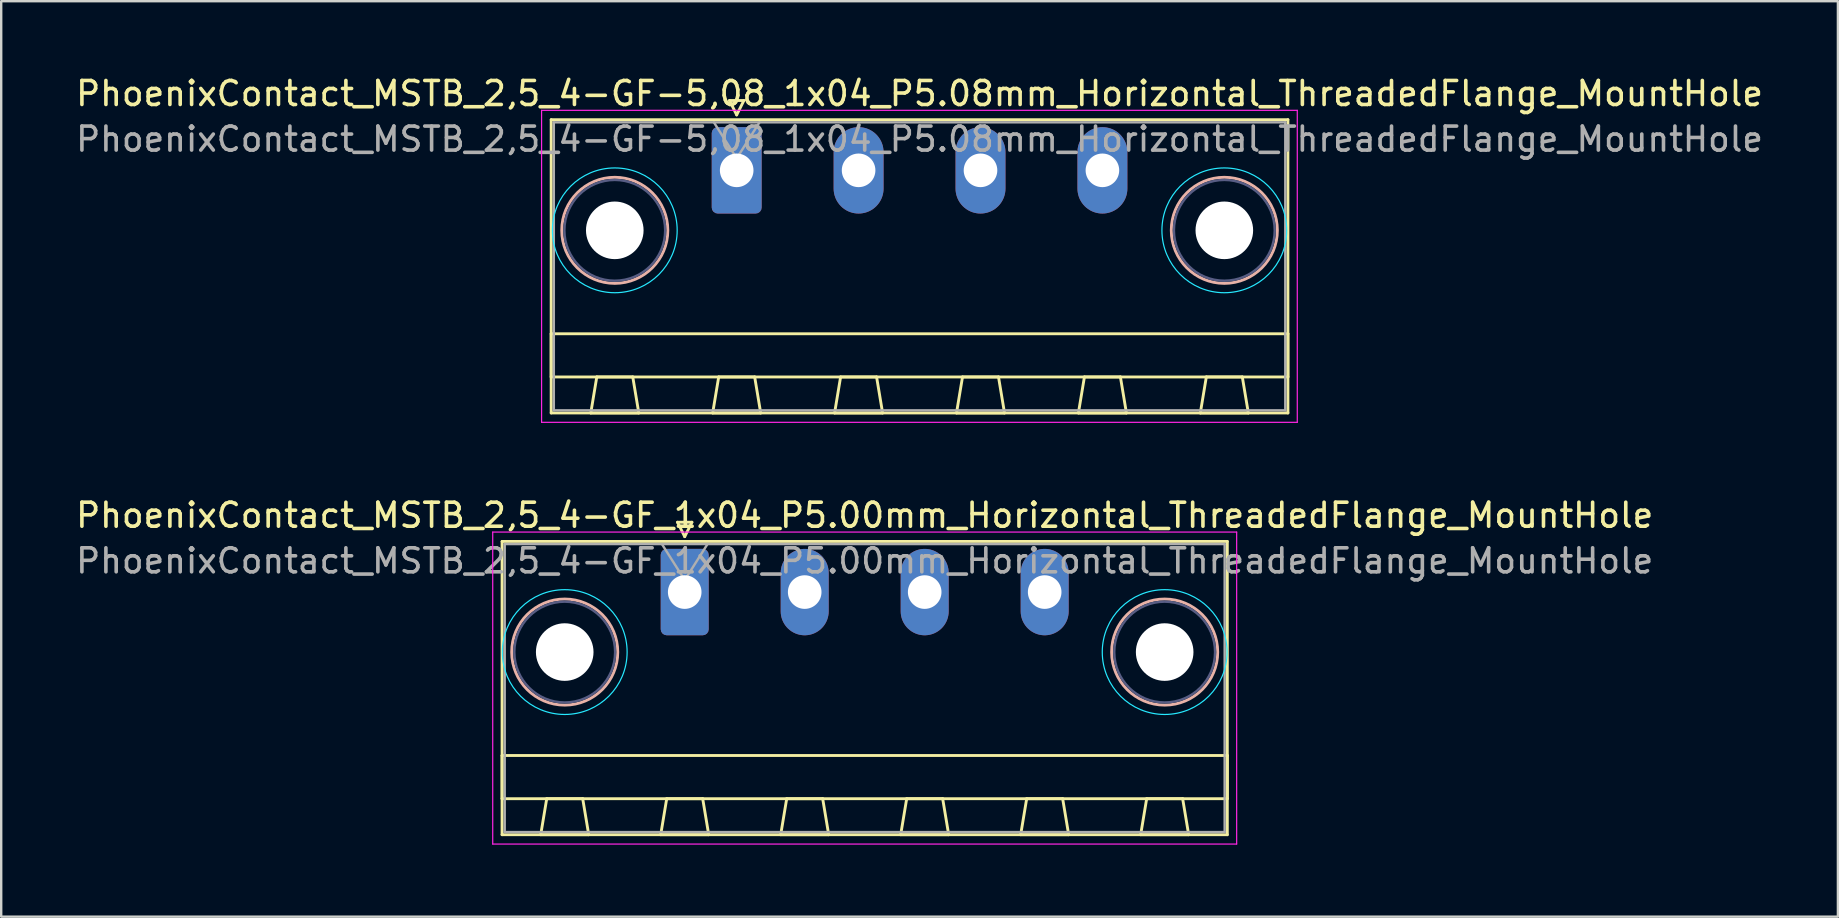
<source format=kicad_pcb>
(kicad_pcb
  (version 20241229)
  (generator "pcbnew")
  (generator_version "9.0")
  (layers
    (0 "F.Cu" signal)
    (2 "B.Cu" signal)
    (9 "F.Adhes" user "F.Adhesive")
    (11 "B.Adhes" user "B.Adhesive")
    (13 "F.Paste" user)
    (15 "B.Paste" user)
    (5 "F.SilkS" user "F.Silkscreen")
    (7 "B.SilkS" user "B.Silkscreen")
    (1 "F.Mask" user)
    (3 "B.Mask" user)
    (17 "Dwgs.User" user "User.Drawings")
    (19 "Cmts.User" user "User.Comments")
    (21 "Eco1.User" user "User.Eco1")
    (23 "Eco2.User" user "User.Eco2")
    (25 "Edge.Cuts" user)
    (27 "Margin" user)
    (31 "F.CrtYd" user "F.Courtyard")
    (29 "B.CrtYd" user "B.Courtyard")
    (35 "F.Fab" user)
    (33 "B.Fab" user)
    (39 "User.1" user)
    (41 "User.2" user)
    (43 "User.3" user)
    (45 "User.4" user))
  (footprint "PhoenixContact_MSTB_2,5_4-GF_1x04_P5.00mm_Horizontal_ThreadedFlange_MountHole"
    (layer "F.Cu")
    (at 25.482 21.622)
    (property "Reference" "PhoenixContact_MSTB_2,5_4-GF_1x04_P5.00mm_Horizontal_ThreadedFlange_MountHole" (at 7.5 -3.2 0) (layer "F.SilkS") (effects (font (size 1 1) (thickness 0.15))))
    (attr through_hole)
    (fp_line (start -7.61 -2.11) (end -7.61 10.11) (stroke (width 0.12) (type solid)) (layer "F.SilkS"))
    (fp_line (start -7.61 6.81) (end 22.61 6.81) (stroke (width 0.12) (type solid)) (layer "F.SilkS"))
    (fp_line (start -7.61 8.61) (end -7.61 6.81) (stroke (width 0.12) (type solid)) (layer "F.SilkS"))
    (fp_line (start -7.61 10.11) (end 22.61 10.11) (stroke (width 0.12) (type solid)) (layer "F.SilkS"))
    (fp_line (start -6 10.11) (end -4 10.11) (stroke (width 0.12) (type solid)) (layer "F.SilkS"))
    (fp_line (start -5.75 8.61) (end -6 10.11) (stroke (width 0.12) (type solid)) (layer "F.SilkS"))
    (fp_line (start -4.25 8.61) (end -5.75 8.61) (stroke (width 0.12) (type solid)) (layer "F.SilkS"))
    (fp_line (start -4 10.11) (end -4.25 8.61) (stroke (width 0.12) (type solid)) (layer "F.SilkS"))
    (fp_line (start -1 10.11) (end 1 10.11) (stroke (width 0.12) (type solid)) (layer "F.SilkS"))
    (fp_line (start -0.75 8.61) (end -1 10.11) (stroke (width 0.12) (type solid)) (layer "F.SilkS"))
    (fp_line (start -0.3 -2.91) (end 0.3 -2.91) (stroke (width 0.12) (type solid)) (layer "F.SilkS"))
    (fp_line (start 0 -2.31) (end -0.3 -2.91) (stroke (width 0.12) (type solid)) (layer "F.SilkS"))
    (fp_line (start 0.3 -2.91) (end 0 -2.31) (stroke (width 0.12) (type solid)) (layer "F.SilkS"))
    (fp_line (start 0.75 8.61) (end -0.75 8.61) (stroke (width 0.12) (type solid)) (layer "F.SilkS"))
    (fp_line (start 1 10.11) (end 0.75 8.61) (stroke (width 0.12) (type solid)) (layer "F.SilkS"))
    (fp_line (start 4 10.11) (end 6 10.11) (stroke (width 0.12) (type solid)) (layer "F.SilkS"))
    (fp_line (start 4.25 8.61) (end 4 10.11) (stroke (width 0.12) (type solid)) (layer "F.SilkS"))
    (fp_line (start 5.75 8.61) (end 4.25 8.61) (stroke (width 0.12) (type solid)) (layer "F.SilkS"))
    (fp_line (start 6 10.11) (end 5.75 8.61) (stroke (width 0.12) (type solid)) (layer "F.SilkS"))
    (fp_line (start 9 10.11) (end 11 10.11) (stroke (width 0.12) (type solid)) (layer "F.SilkS"))
    (fp_line (start 9.25 8.61) (end 9 10.11) (stroke (width 0.12) (type solid)) (layer "F.SilkS"))
    (fp_line (start 10.75 8.61) (end 9.25 8.61) (stroke (width 0.12) (type solid)) (layer "F.SilkS"))
    (fp_line (start 11 10.11) (end 10.75 8.61) (stroke (width 0.12) (type solid)) (layer "F.SilkS"))
    (fp_line (start 14 10.11) (end 16 10.11) (stroke (width 0.12) (type solid)) (layer "F.SilkS"))
    (fp_line (start 14.25 8.61) (end 14 10.11) (stroke (width 0.12) (type solid)) (layer "F.SilkS"))
    (fp_line (start 15.75 8.61) (end 14.25 8.61) (stroke (width 0.12) (type solid)) (layer "F.SilkS"))
    (fp_line (start 16 10.11) (end 15.75 8.61) (stroke (width 0.12) (type solid)) (layer "F.SilkS"))
    (fp_line (start 19 10.11) (end 21 10.11) (stroke (width 0.12) (type solid)) (layer "F.SilkS"))
    (fp_line (start 19.25 8.61) (end 19 10.11) (stroke (width 0.12) (type solid)) (layer "F.SilkS"))
    (fp_line (start 20.75 8.61) (end 19.25 8.61) (stroke (width 0.12) (type solid)) (layer "F.SilkS"))
    (fp_line (start 21 10.11) (end 20.75 8.61) (stroke (width 0.12) (type solid)) (layer "F.SilkS"))
    (fp_line (start 22.61 -2.11) (end -7.61 -2.11) (stroke (width 0.12) (type solid)) (layer "F.SilkS"))
    (fp_line (start 22.61 6.81) (end 22.61 8.61) (stroke (width 0.12) (type solid)) (layer "F.SilkS"))
    (fp_line (start 22.61 8.61) (end -7.61 8.61) (stroke (width 0.12) (type solid)) (layer "F.SilkS"))
    (fp_line (start 22.61 10.11) (end 22.61 -2.11) (stroke (width 0.12) (type solid)) (layer "F.SilkS"))
    (fp_circle (center -5 2.5) (end -2.79 2.5) (stroke (width 0.12) (type solid)) (fill no) (layer "B.SilkS"))
    (fp_circle (center 20 2.5) (end 22.21 2.5) (stroke (width 0.12) (type solid)) (fill no) (layer "B.SilkS"))
    (fp_circle (center -5 2.5) (end -2.4 2.5) (stroke (width 0.05) (type solid)) (fill no) (layer "B.CrtYd"))
    (fp_circle (center 20 2.5) (end 22.6 2.5) (stroke (width 0.05) (type solid)) (fill no) (layer "B.CrtYd"))
    (fp_line (start -8 -2.5) (end -8 10.5) (stroke (width 0.05) (type solid)) (layer "F.CrtYd"))
    (fp_line (start -8 10.5) (end 23 10.5) (stroke (width 0.05) (type solid)) (layer "F.CrtYd"))
    (fp_line (start 23 -2.5) (end -8 -2.5) (stroke (width 0.05) (type solid)) (layer "F.CrtYd"))
    (fp_line (start 23 10.5) (end 23 -2.5) (stroke (width 0.05) (type solid)) (layer "F.CrtYd"))
    (fp_circle (center -5 2.5) (end -2.9 2.5) (stroke (width 0.1) (type solid)) (fill no) (layer "B.Fab"))
    (fp_circle (center 20 2.5) (end 22.1 2.5) (stroke (width 0.1) (type solid)) (fill no) (layer "B.Fab"))
    (fp_line (start -7.5 -2) (end -7.5 10) (stroke (width 0.1) (type solid)) (layer "F.Fab"))
    (fp_line (start -7.5 10) (end 22.5 10) (stroke (width 0.1) (type solid)) (layer "F.Fab"))
    (fp_line (start 0 -0.5) (end -0.95 -2) (stroke (width 0.1) (type solid)) (layer "F.Fab"))
    (fp_line (start 0.95 -2) (end 0 -0.5) (stroke (width 0.1) (type solid)) (layer "F.Fab"))
    (fp_line (start 22.5 -2) (end -7.5 -2) (stroke (width 0.1) (type solid)) (layer "F.Fab"))
    (fp_line (start 22.5 10) (end 22.5 -2) (stroke (width 0.1) (type solid)) (layer "F.Fab"))
    (fp_text user "${REFERENCE}" (at 7.5 -1.3 0) (layer "F.Fab") (effects (font (size 1 1) (thickness 0.15))))
    (pad "" np_thru_hole circle (at -5 2.5) (size 2.4 2.4) (drill 2.4) (layers "*.Cu" "*.Mask"))
    (pad "" np_thru_hole circle (at 20 2.5) (size 2.4 2.4) (drill 2.4) (layers "*.Cu" "*.Mask"))
    (pad "1" thru_hole roundrect (at 0 0) (size 2 3.6) (drill 1.4) (layers "*.Cu" "*.Mask") (roundrect_rratio 0.125))
    (pad "2" thru_hole oval (at 5 0) (size 2 3.6) (drill 1.4) (layers "*.Cu" "*.Mask"))
    (pad "3" thru_hole oval (at 10 0) (size 2 3.6) (drill 1.4) (layers "*.Cu" "*.Mask"))
    (pad "4" thru_hole oval (at 15 0) (size 2 3.6) (drill 1.4) (layers "*.Cu" "*.Mask")))
  (footprint "PhoenixContact_MSTB_2,5_4-GF-5,08_1x04_P5.08mm_Horizontal_ThreadedFlange_MountHole"
    (layer "F.Cu")
    (at 27.648 4.048)
    (property "Reference" "PhoenixContact_MSTB_2,5_4-GF-5,08_1x04_P5.08mm_Horizontal_ThreadedFlange_MountHole" (at 7.62 -3.2 0) (layer "F.SilkS") (effects (font (size 1 1) (thickness 0.15))))
    (attr through_hole)
    (fp_line (start -7.73 -2.11) (end -7.73 10.11) (stroke (width 0.12) (type solid)) (layer "F.SilkS"))
    (fp_line (start -7.73 6.81) (end 22.97 6.81) (stroke (width 0.12) (type solid)) (layer "F.SilkS"))
    (fp_line (start -7.73 8.61) (end -7.73 6.81) (stroke (width 0.12) (type solid)) (layer "F.SilkS"))
    (fp_line (start -7.73 10.11) (end 22.97 10.11) (stroke (width 0.12) (type solid)) (layer "F.SilkS"))
    (fp_line (start -6.08 10.11) (end -4.08 10.11) (stroke (width 0.12) (type solid)) (layer "F.SilkS"))
    (fp_line (start -5.83 8.61) (end -6.08 10.11) (stroke (width 0.12) (type solid)) (layer "F.SilkS"))
    (fp_line (start -4.33 8.61) (end -5.83 8.61) (stroke (width 0.12) (type solid)) (layer "F.SilkS"))
    (fp_line (start -4.08 10.11) (end -4.33 8.61) (stroke (width 0.12) (type solid)) (layer "F.SilkS"))
    (fp_line (start -1 10.11) (end 1 10.11) (stroke (width 0.12) (type solid)) (layer "F.SilkS"))
    (fp_line (start -0.75 8.61) (end -1 10.11) (stroke (width 0.12) (type solid)) (layer "F.SilkS"))
    (fp_line (start -0.3 -2.91) (end 0.3 -2.91) (stroke (width 0.12) (type solid)) (layer "F.SilkS"))
    (fp_line (start 0 -2.31) (end -0.3 -2.91) (stroke (width 0.12) (type solid)) (layer "F.SilkS"))
    (fp_line (start 0.3 -2.91) (end 0 -2.31) (stroke (width 0.12) (type solid)) (layer "F.SilkS"))
    (fp_line (start 0.75 8.61) (end -0.75 8.61) (stroke (width 0.12) (type solid)) (layer "F.SilkS"))
    (fp_line (start 1 10.11) (end 0.75 8.61) (stroke (width 0.12) (type solid)) (layer "F.SilkS"))
    (fp_line (start 4.08 10.11) (end 6.08 10.11) (stroke (width 0.12) (type solid)) (layer "F.SilkS"))
    (fp_line (start 4.33 8.61) (end 4.08 10.11) (stroke (width 0.12) (type solid)) (layer "F.SilkS"))
    (fp_line (start 5.83 8.61) (end 4.33 8.61) (stroke (width 0.12) (type solid)) (layer "F.SilkS"))
    (fp_line (start 6.08 10.11) (end 5.83 8.61) (stroke (width 0.12) (type solid)) (layer "F.SilkS"))
    (fp_line (start 9.16 10.11) (end 11.16 10.11) (stroke (width 0.12) (type solid)) (layer "F.SilkS"))
    (fp_line (start 9.41 8.61) (end 9.16 10.11) (stroke (width 0.12) (type solid)) (layer "F.SilkS"))
    (fp_line (start 10.91 8.61) (end 9.41 8.61) (stroke (width 0.12) (type solid)) (layer "F.SilkS"))
    (fp_line (start 11.16 10.11) (end 10.91 8.61) (stroke (width 0.12) (type solid)) (layer "F.SilkS"))
    (fp_line (start 14.24 10.11) (end 16.24 10.11) (stroke (width 0.12) (type solid)) (layer "F.SilkS"))
    (fp_line (start 14.49 8.61) (end 14.24 10.11) (stroke (width 0.12) (type solid)) (layer "F.SilkS"))
    (fp_line (start 15.99 8.61) (end 14.49 8.61) (stroke (width 0.12) (type solid)) (layer "F.SilkS"))
    (fp_line (start 16.24 10.11) (end 15.99 8.61) (stroke (width 0.12) (type solid)) (layer "F.SilkS"))
    (fp_line (start 19.32 10.11) (end 21.32 10.11) (stroke (width 0.12) (type solid)) (layer "F.SilkS"))
    (fp_line (start 19.57 8.61) (end 19.32 10.11) (stroke (width 0.12) (type solid)) (layer "F.SilkS"))
    (fp_line (start 21.07 8.61) (end 19.57 8.61) (stroke (width 0.12) (type solid)) (layer "F.SilkS"))
    (fp_line (start 21.32 10.11) (end 21.07 8.61) (stroke (width 0.12) (type solid)) (layer "F.SilkS"))
    (fp_line (start 22.97 -2.11) (end -7.73 -2.11) (stroke (width 0.12) (type solid)) (layer "F.SilkS"))
    (fp_line (start 22.97 6.81) (end 22.97 8.61) (stroke (width 0.12) (type solid)) (layer "F.SilkS"))
    (fp_line (start 22.97 8.61) (end -7.73 8.61) (stroke (width 0.12) (type solid)) (layer "F.SilkS"))
    (fp_line (start 22.97 10.11) (end 22.97 -2.11) (stroke (width 0.12) (type solid)) (layer "F.SilkS"))
    (fp_circle (center -5.08 2.5) (end -2.87 2.5) (stroke (width 0.12) (type solid)) (fill no) (layer "B.SilkS"))
    (fp_circle (center 20.32 2.5) (end 22.53 2.5) (stroke (width 0.12) (type solid)) (fill no) (layer "B.SilkS"))
    (fp_circle (center -5.08 2.5) (end -2.48 2.5) (stroke (width 0.05) (type solid)) (fill no) (layer "B.CrtYd"))
    (fp_circle (center 20.32 2.5) (end 22.92 2.5) (stroke (width 0.05) (type solid)) (fill no) (layer "B.CrtYd"))
    (fp_line (start -8.13 -2.5) (end -8.13 10.5) (stroke (width 0.05) (type solid)) (layer "F.CrtYd"))
    (fp_line (start -8.13 10.5) (end 23.36 10.5) (stroke (width 0.05) (type solid)) (layer "F.CrtYd"))
    (fp_line (start 23.36 -2.5) (end -8.13 -2.5) (stroke (width 0.05) (type solid)) (layer "F.CrtYd"))
    (fp_line (start 23.36 10.5) (end 23.36 -2.5) (stroke (width 0.05) (type solid)) (layer "F.CrtYd"))
    (fp_circle (center -5.08 2.5) (end -2.98 2.5) (stroke (width 0.1) (type solid)) (fill no) (layer "B.Fab"))
    (fp_circle (center 20.32 2.5) (end 22.42 2.5) (stroke (width 0.1) (type solid)) (fill no) (layer "B.Fab"))
    (fp_line (start -7.62 -2) (end -7.62 10) (stroke (width 0.1) (type solid)) (layer "F.Fab"))
    (fp_line (start -7.62 10) (end 22.86 10) (stroke (width 0.1) (type solid)) (layer "F.Fab"))
    (fp_line (start 0 -0.5) (end -0.95 -2) (stroke (width 0.1) (type solid)) (layer "F.Fab"))
    (fp_line (start 0.95 -2) (end 0 -0.5) (stroke (width 0.1) (type solid)) (layer "F.Fab"))
    (fp_line (start 22.86 -2) (end -7.62 -2) (stroke (width 0.1) (type solid)) (layer "F.Fab"))
    (fp_line (start 22.86 10) (end 22.86 -2) (stroke (width 0.1) (type solid)) (layer "F.Fab"))
    (fp_text user "${REFERENCE}" (at 7.62 -1.3 0) (layer "F.Fab") (effects (font (size 1 1) (thickness 0.15))))
    (pad "" np_thru_hole circle (at -5.08 2.5) (size 2.4 2.4) (drill 2.4) (layers "*.Cu" "*.Mask"))
    (pad "" np_thru_hole circle (at 20.32 2.5) (size 2.4 2.4) (drill 2.4) (layers "*.Cu" "*.Mask"))
    (pad "1" thru_hole roundrect (at 0 0) (size 2.08 3.6) (drill 1.4) (layers "*.Cu" "*.Mask") (roundrect_rratio 0.12))
    (pad "2" thru_hole oval (at 5.08 0) (size 2.08 3.6) (drill 1.4) (layers "*.Cu" "*.Mask"))
    (pad "3" thru_hole oval (at 10.16 0) (size 2.08 3.6) (drill 1.4) (layers "*.Cu" "*.Mask"))
    (pad "4" thru_hole oval (at 15.24 0) (size 2.08 3.6) (drill 1.4) (layers "*.Cu" "*.Mask")))
  (gr_rect
    (start -3 -3)
    (end 73.536 35.147)
    (stroke (width 0.1) (type default))
    (fill no)
    (layer "Edge.Cuts")))
</source>
